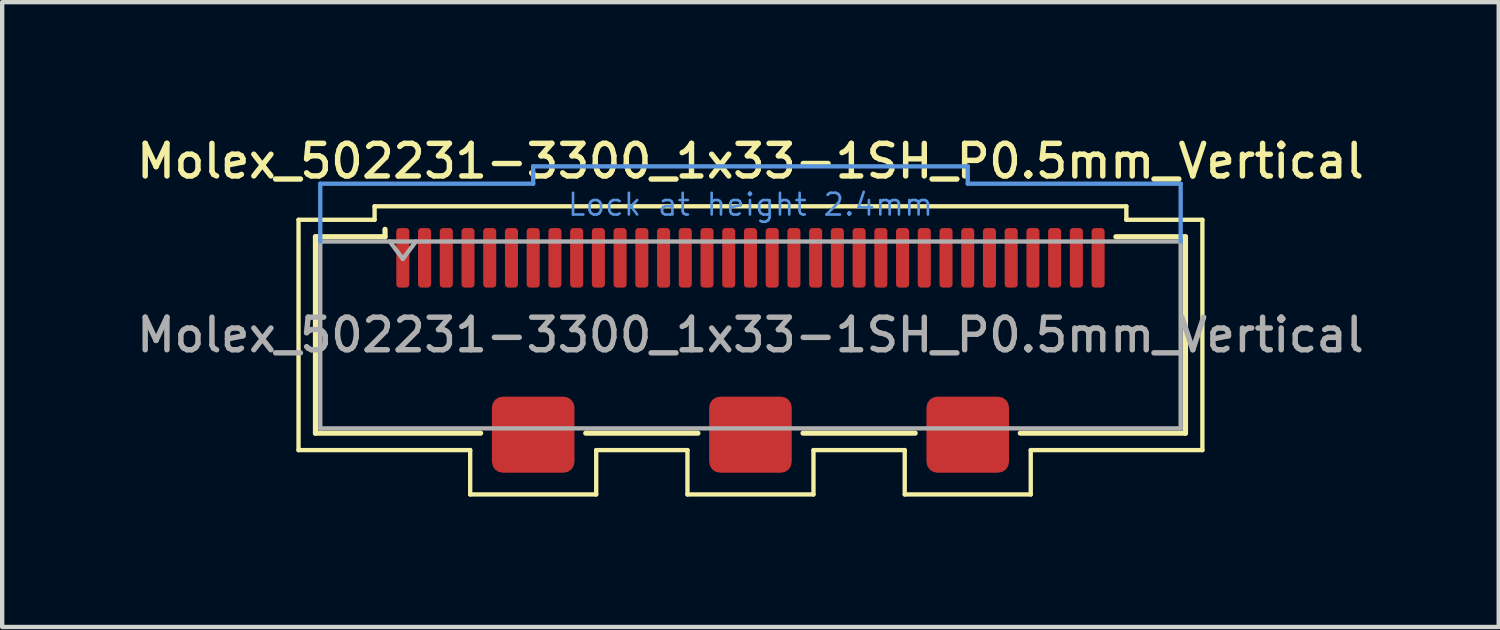
<source format=kicad_pcb>
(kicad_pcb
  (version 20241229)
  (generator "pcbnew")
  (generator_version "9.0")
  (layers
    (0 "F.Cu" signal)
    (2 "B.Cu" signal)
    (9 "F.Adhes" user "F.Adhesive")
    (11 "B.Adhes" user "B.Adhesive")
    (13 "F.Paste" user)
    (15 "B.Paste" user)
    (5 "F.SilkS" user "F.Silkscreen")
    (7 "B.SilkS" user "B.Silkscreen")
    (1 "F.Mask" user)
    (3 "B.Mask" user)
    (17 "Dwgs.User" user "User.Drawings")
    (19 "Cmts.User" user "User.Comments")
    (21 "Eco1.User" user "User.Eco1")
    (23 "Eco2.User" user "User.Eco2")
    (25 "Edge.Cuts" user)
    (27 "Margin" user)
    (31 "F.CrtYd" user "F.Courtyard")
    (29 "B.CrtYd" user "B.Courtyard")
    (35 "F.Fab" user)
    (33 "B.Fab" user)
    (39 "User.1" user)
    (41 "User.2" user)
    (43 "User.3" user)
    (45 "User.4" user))
  (footprint "Molex_502231-3300_1x33-1SH_P0.5mm_Vertical"
    (layer "F.Cu")
    (at 14.22 3.928)
    (property "Reference" "Molex_502231-3300_1x33-1SH_P0.5mm_Vertical" (at 0 -3.27 0) (layer "F.SilkS") (effects (font (size 0.75 0.75) (thickness 0.125))))
    (attr smd)
    (fp_line (start -10.4 -1.92) (end -8.65 -1.92) (stroke (width 0.1) (type solid)) (layer "F.SilkS"))
    (fp_line (start -10.4 3.38) (end -10.4 -1.92) (stroke (width 0.1) (type solid)) (layer "F.SilkS"))
    (fp_line (start -10.01 2.99) (end -10.01 -1.53) (stroke (width 0.12) (type solid)) (layer "F.SilkS"))
    (fp_line (start -8.65 -1.92) (end -8.65 -2.23) (stroke (width 0.1) (type solid)) (layer "F.SilkS"))
    (fp_line (start -8.41 -1.53) (end -10.01 -1.53) (stroke (width 0.12) (type solid)) (layer "F.SilkS"))
    (fp_line (start -8.41 -1.53) (end -8.41 -1.7) (stroke (width 0.12) (type solid)) (layer "F.SilkS"))
    (fp_line (start -6.45 3.38) (end -10.4 3.38) (stroke (width 0.1) (type solid)) (layer "F.SilkS"))
    (fp_line (start -6.45 3.38) (end -6.45 4.4) (stroke (width 0.1) (type solid)) (layer "F.SilkS"))
    (fp_line (start -6.21 2.99) (end -10.01 2.99) (stroke (width 0.12) (type solid)) (layer "F.SilkS"))
    (fp_line (start -3.79 2.99) (end -1.21 2.99) (stroke (width 0.12) (type solid)) (layer "F.SilkS"))
    (fp_line (start -3.55 3.38) (end -3.55 4.4) (stroke (width 0.1) (type solid)) (layer "F.SilkS"))
    (fp_line (start -3.55 4.4) (end -6.45 4.4) (stroke (width 0.1) (type solid)) (layer "F.SilkS"))
    (fp_line (start -1.45 3.38) (end -3.55 3.38) (stroke (width 0.1) (type solid)) (layer "F.SilkS"))
    (fp_line (start -1.45 3.38) (end -1.45 4.4) (stroke (width 0.1) (type solid)) (layer "F.SilkS"))
    (fp_line (start -1.45 4.4) (end 1.45 4.4) (stroke (width 0.1) (type solid)) (layer "F.SilkS"))
    (fp_line (start 1.21 2.99) (end 3.79 2.99) (stroke (width 0.12) (type solid)) (layer "F.SilkS"))
    (fp_line (start 1.45 3.38) (end 1.45 4.4) (stroke (width 0.1) (type solid)) (layer "F.SilkS"))
    (fp_line (start 3.55 3.38) (end 1.45 3.38) (stroke (width 0.1) (type solid)) (layer "F.SilkS"))
    (fp_line (start 3.55 3.38) (end 3.55 4.4) (stroke (width 0.1) (type solid)) (layer "F.SilkS"))
    (fp_line (start 3.55 4.4) (end 6.45 4.4) (stroke (width 0.1) (type solid)) (layer "F.SilkS"))
    (fp_line (start 6.21 2.99) (end 10.01 2.99) (stroke (width 0.12) (type solid)) (layer "F.SilkS"))
    (fp_line (start 6.45 3.38) (end 6.45 4.4) (stroke (width 0.1) (type solid)) (layer "F.SilkS"))
    (fp_line (start 6.45 3.38) (end 10.4 3.38) (stroke (width 0.1) (type solid)) (layer "F.SilkS"))
    (fp_line (start 8.41 -1.53) (end 10.01 -1.53) (stroke (width 0.12) (type solid)) (layer "F.SilkS"))
    (fp_line (start 8.65 -2.23) (end -8.65 -2.23) (stroke (width 0.1) (type solid)) (layer "F.SilkS"))
    (fp_line (start 8.65 -1.92) (end 8.65 -2.23) (stroke (width 0.1) (type solid)) (layer "F.SilkS"))
    (fp_line (start 10.01 2.99) (end 10.01 -1.53) (stroke (width 0.12) (type solid)) (layer "F.SilkS"))
    (fp_line (start 10.4 -1.92) (end 8.65 -1.92) (stroke (width 0.1) (type solid)) (layer "F.SilkS"))
    (fp_line (start 10.4 3.38) (end 10.4 -1.92) (stroke (width 0.1) (type solid)) (layer "F.SilkS"))
    (fp_line (start -9.9 -2.75) (end -9.9 -1.42) (stroke (width 0.1) (type solid)) (layer "Cmts.User"))
    (fp_line (start -5 -3.15) (end -5 -2.75) (stroke (width 0.1) (type solid)) (layer "Cmts.User"))
    (fp_line (start -5 -3.15) (end 5 -3.15) (stroke (width 0.1) (type solid)) (layer "Cmts.User"))
    (fp_line (start -5 -2.75) (end -9.9 -2.75) (stroke (width 0.1) (type solid)) (layer "Cmts.User"))
    (fp_line (start 5 -3.15) (end 5 -2.75) (stroke (width 0.1) (type solid)) (layer "Cmts.User"))
    (fp_line (start 5 -2.75) (end 9.9 -2.75) (stroke (width 0.1) (type solid)) (layer "Cmts.User"))
    (fp_line (start 9.9 -2.75) (end 9.9 -1.42) (stroke (width 0.1) (type solid)) (layer "Cmts.User"))
    (fp_line (start -9.9 -1.42) (end -9.9 2.88) (stroke (width 0.1) (type solid)) (layer "F.Fab"))
    (fp_line (start -9.9 -1.42) (end 9.9 -1.42) (stroke (width 0.1) (type solid)) (layer "F.Fab"))
    (fp_line (start -9.9 2.88) (end 9.9 2.88) (stroke (width 0.1) (type solid)) (layer "F.Fab"))
    (fp_line (start -8.3 -1.42) (end -8 -1.02) (stroke (width 0.1) (type solid)) (layer "F.Fab"))
    (fp_line (start -8 -1.02) (end -7.7 -1.42) (stroke (width 0.1) (type solid)) (layer "F.Fab"))
    (fp_line (start 9.9 -1.42) (end 9.9 2.88) (stroke (width 0.1) (type solid)) (layer "F.Fab"))
    (fp_text user "Lock at height 2.4mm" (at 0 -2.27 0) (layer "Cmts.User") (effects (font (size 0.5 0.5) (thickness 0.06))))
    (fp_text user "${REFERENCE}" (at 0 0.73 0) (layer "F.Fab") (effects (font (size 0.75 0.75) (thickness 0.125))))
    (pad "1" smd roundrect (at -8 -1.045) (size 0.3 1.37) (layers "F.Cu" "F.Mask" "F.Paste") (roundrect_rratio 0.25))
    (pad "2" smd roundrect (at -7.5 -1.045) (size 0.3 1.37) (layers "F.Cu" "F.Mask" "F.Paste") (roundrect_rratio 0.25))
    (pad "3" smd roundrect (at -7 -1.045) (size 0.3 1.37) (layers "F.Cu" "F.Mask" "F.Paste") (roundrect_rratio 0.25))
    (pad "4" smd roundrect (at -6.5 -1.045) (size 0.3 1.37) (layers "F.Cu" "F.Mask" "F.Paste") (roundrect_rratio 0.25))
    (pad "5" smd roundrect (at -6 -1.045) (size 0.3 1.37) (layers "F.Cu" "F.Mask" "F.Paste") (roundrect_rratio 0.25))
    (pad "6" smd roundrect (at -5.5 -1.045) (size 0.3 1.37) (layers "F.Cu" "F.Mask" "F.Paste") (roundrect_rratio 0.25))
    (pad "7" smd roundrect (at -5 -1.045) (size 0.3 1.37) (layers "F.Cu" "F.Mask" "F.Paste") (roundrect_rratio 0.25))
    (pad "8" smd roundrect (at -4.5 -1.045) (size 0.3 1.37) (layers "F.Cu" "F.Mask" "F.Paste") (roundrect_rratio 0.25))
    (pad "9" smd roundrect (at -4 -1.045) (size 0.3 1.37) (layers "F.Cu" "F.Mask" "F.Paste") (roundrect_rratio 0.25))
    (pad "10" smd roundrect (at -3.5 -1.045) (size 0.3 1.37) (layers "F.Cu" "F.Mask" "F.Paste") (roundrect_rratio 0.25))
    (pad "11" smd roundrect (at -3 -1.045) (size 0.3 1.37) (layers "F.Cu" "F.Mask" "F.Paste") (roundrect_rratio 0.25))
    (pad "12" smd roundrect (at -2.5 -1.045) (size 0.3 1.37) (layers "F.Cu" "F.Mask" "F.Paste") (roundrect_rratio 0.25))
    (pad "13" smd roundrect (at -2 -1.045) (size 0.3 1.37) (layers "F.Cu" "F.Mask" "F.Paste") (roundrect_rratio 0.25))
    (pad "14" smd roundrect (at -1.5 -1.045) (size 0.3 1.37) (layers "F.Cu" "F.Mask" "F.Paste") (roundrect_rratio 0.25))
    (pad "15" smd roundrect (at -1 -1.045) (size 0.3 1.37) (layers "F.Cu" "F.Mask" "F.Paste") (roundrect_rratio 0.25))
    (pad "16" smd roundrect (at -0.5 -1.045) (size 0.3 1.37) (layers "F.Cu" "F.Mask" "F.Paste") (roundrect_rratio 0.25))
    (pad "17" smd roundrect (at 0 -1.045) (size 0.3 1.37) (layers "F.Cu" "F.Mask" "F.Paste") (roundrect_rratio 0.25))
    (pad "18" smd roundrect (at 0.5 -1.045) (size 0.3 1.37) (layers "F.Cu" "F.Mask" "F.Paste") (roundrect_rratio 0.25))
    (pad "19" smd roundrect (at 1 -1.045) (size 0.3 1.37) (layers "F.Cu" "F.Mask" "F.Paste") (roundrect_rratio 0.25))
    (pad "20" smd roundrect (at 1.5 -1.045) (size 0.3 1.37) (layers "F.Cu" "F.Mask" "F.Paste") (roundrect_rratio 0.25))
    (pad "21" smd roundrect (at 2 -1.045) (size 0.3 1.37) (layers "F.Cu" "F.Mask" "F.Paste") (roundrect_rratio 0.25))
    (pad "22" smd roundrect (at 2.5 -1.045) (size 0.3 1.37) (layers "F.Cu" "F.Mask" "F.Paste") (roundrect_rratio 0.25))
    (pad "23" smd roundrect (at 3 -1.045) (size 0.3 1.37) (layers "F.Cu" "F.Mask" "F.Paste") (roundrect_rratio 0.25))
    (pad "24" smd roundrect (at 3.5 -1.045) (size 0.3 1.37) (layers "F.Cu" "F.Mask" "F.Paste") (roundrect_rratio 0.25))
    (pad "25" smd roundrect (at 4 -1.045) (size 0.3 1.37) (layers "F.Cu" "F.Mask" "F.Paste") (roundrect_rratio 0.25))
    (pad "26" smd roundrect (at 4.5 -1.045) (size 0.3 1.37) (layers "F.Cu" "F.Mask" "F.Paste") (roundrect_rratio 0.25))
    (pad "27" smd roundrect (at 5 -1.045) (size 0.3 1.37) (layers "F.Cu" "F.Mask" "F.Paste") (roundrect_rratio 0.25))
    (pad "28" smd roundrect (at 5.5 -1.045) (size 0.3 1.37) (layers "F.Cu" "F.Mask" "F.Paste") (roundrect_rratio 0.25))
    (pad "29" smd roundrect (at 6 -1.045) (size 0.3 1.37) (layers "F.Cu" "F.Mask" "F.Paste") (roundrect_rratio 0.25))
    (pad "30" smd roundrect (at 6.5 -1.045) (size 0.3 1.37) (layers "F.Cu" "F.Mask" "F.Paste") (roundrect_rratio 0.25))
    (pad "31" smd roundrect (at 7 -1.045) (size 0.3 1.37) (layers "F.Cu" "F.Mask" "F.Paste") (roundrect_rratio 0.25))
    (pad "32" smd roundrect (at 7.5 -1.045) (size 0.3 1.37) (layers "F.Cu" "F.Mask" "F.Paste") (roundrect_rratio 0.25))
    (pad "33" smd roundrect (at 8 -1.045) (size 0.3 1.37) (layers "F.Cu" "F.Mask" "F.Paste") (roundrect_rratio 0.25))
    (pad "SH" smd roundrect (at -5 3.025) (size 1.9 1.75) (layers "F.Cu" "F.Mask" "F.Paste") (roundrect_rratio 0.143))
    (pad "SH" smd roundrect (at 0 3.025) (size 1.9 1.75) (layers "F.Cu" "F.Mask" "F.Paste") (roundrect_rratio 0.143))
    (pad "SH" smd roundrect (at 5 3.025) (size 1.9 1.75) (layers "F.Cu" "F.Mask" "F.Paste") (roundrect_rratio 0.143)))
  (gr_rect
    (start -3 -3)
    (end 31.439 11.378)
    (stroke (width 0.1) (type default))
    (fill no)
    (layer "Edge.Cuts")))
</source>
